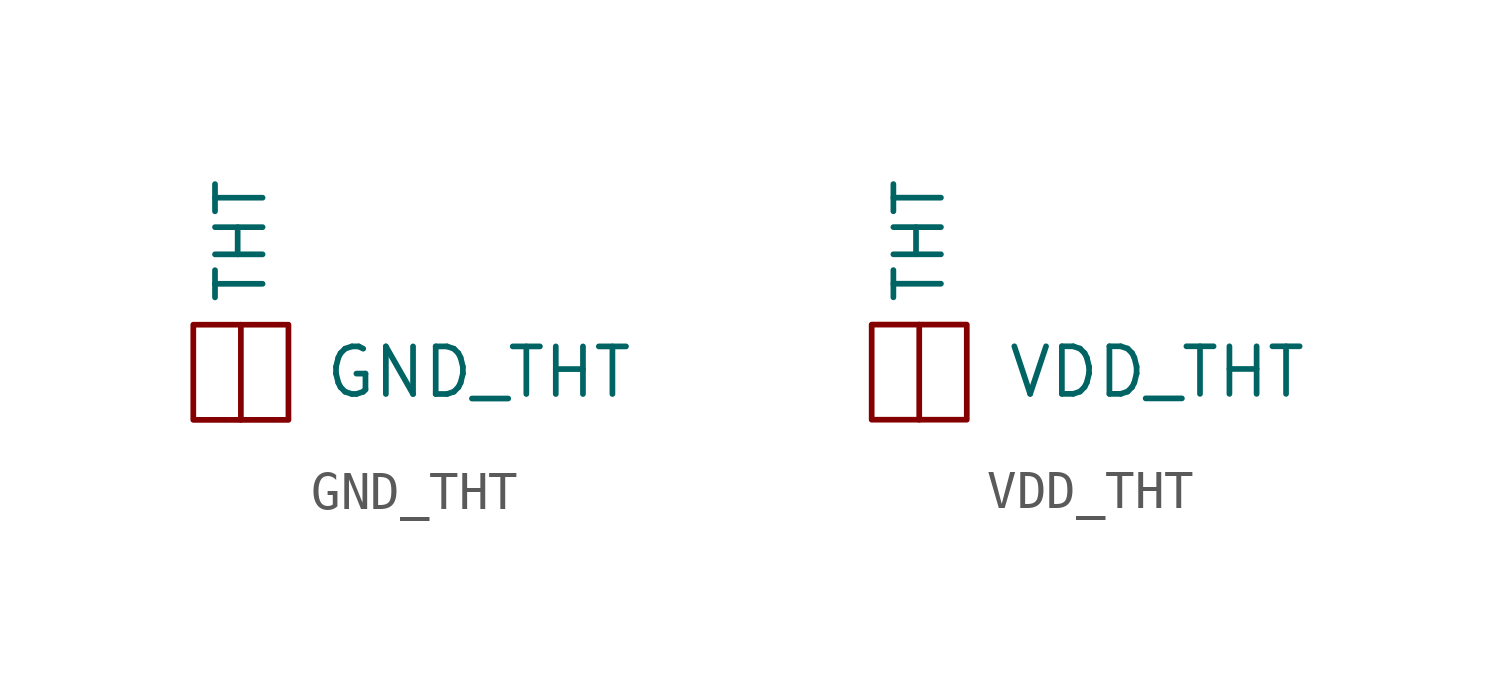
<source format=kicad_sym>
(kicad_symbol_lib
  (version 20211014)
  (generator kicad_symbol_editor)
  (symbol "GND_THT"
    (property "Reference" "U"
      (at 5.08 0 0)
      (effects (font (size 1.27 1.27)) hide))
    (property "Value" "GND_THT"
      (at 6.35 -2.54 0)
      (effects (font (size 1.27 1.27))))
    (symbol "GND_THT_0_1"
      (rectangle (start -1.27 -1.27) (end 1.27 -3.81) (stroke (width 0) (type default) (color 0 0 0 0)) (fill (type none))))
    (symbol "GND_THT_1_1"
      (pin input line (at 0 -3.81 90) (length 2.54) (name "THT" (effects (font (size 1.27 1.27)))) (number "" (effects (font (size 1.27 1.27)))))))
  (symbol "VDD_THT"
    (property "Reference" "U"
      (at 5.08 0 0)
      (effects (font (size 1.27 1.27)) hide))
    (property "Value" "VDD_THT"
      (at 6.35 -2.54 0)
      (effects (font (size 1.27 1.27))))
    (symbol "VDD_THT_0_1"
      (rectangle (start -1.27 -1.27) (end 1.27 -3.81) (stroke (width 0) (type default) (color 0 0 0 0)) (fill (type none))))
    (symbol "VDD_THT_1_1"
      (pin input line (at 0 -3.81 90) (length 2.54) (name "THT" (effects (font (size 1.27 1.27)))) (number "" (effects (font (size 1.27 1.27))))))))
</source>
